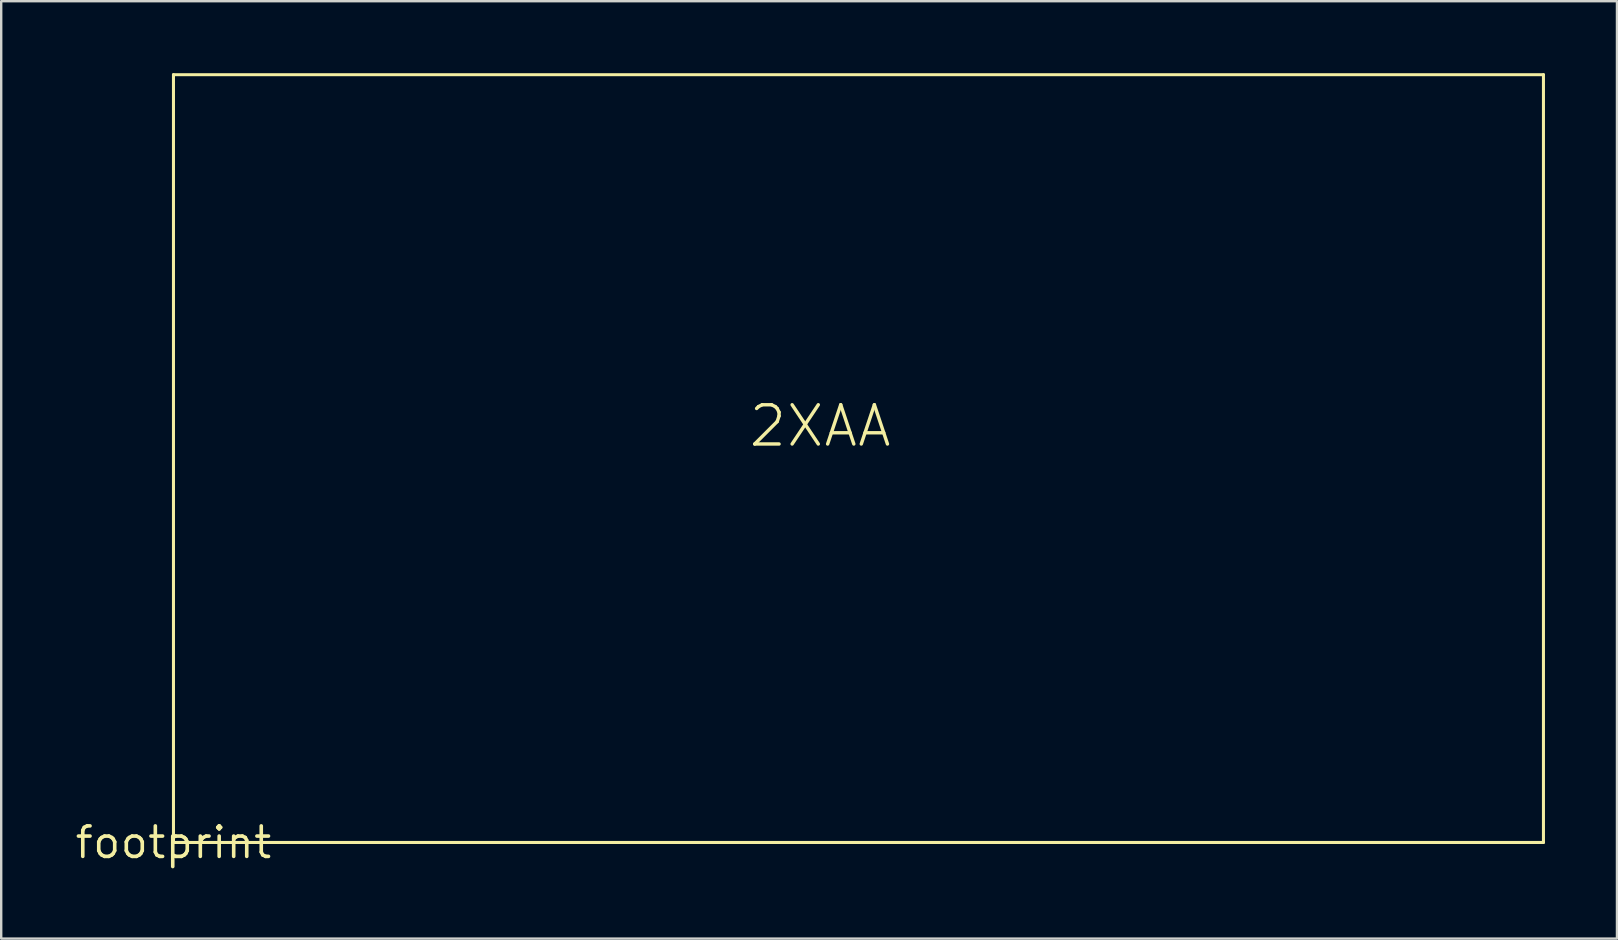
<source format=kicad_pcb>
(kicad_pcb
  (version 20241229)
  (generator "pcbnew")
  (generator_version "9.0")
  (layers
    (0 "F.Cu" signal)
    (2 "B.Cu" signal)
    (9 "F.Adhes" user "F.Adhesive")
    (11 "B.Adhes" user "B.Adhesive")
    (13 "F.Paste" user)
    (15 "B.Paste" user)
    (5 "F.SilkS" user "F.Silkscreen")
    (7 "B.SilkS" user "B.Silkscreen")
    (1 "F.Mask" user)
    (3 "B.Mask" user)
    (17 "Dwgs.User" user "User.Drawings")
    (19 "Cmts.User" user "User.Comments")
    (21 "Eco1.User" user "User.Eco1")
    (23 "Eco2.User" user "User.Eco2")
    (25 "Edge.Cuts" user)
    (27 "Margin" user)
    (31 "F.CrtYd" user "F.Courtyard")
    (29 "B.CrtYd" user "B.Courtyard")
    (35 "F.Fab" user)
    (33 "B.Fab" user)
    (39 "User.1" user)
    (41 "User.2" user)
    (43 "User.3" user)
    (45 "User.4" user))
  (footprint "footprint"
    (layer "F.Cu")
    (at 4.18 32.063)
    (property "Reference" "footprint" (at 0 0 0) (layer "F.SilkS") (effects (font (size 1.27 1.27) (thickness 0.15))))
    (fp_line (start 0 -32) (end 0 0) (stroke (width 0.127) (type solid)) (layer "F.SilkS"))
    (fp_line (start 0 0) (end 57.1 0) (stroke (width 0.127) (type solid)) (layer "F.SilkS"))
    (fp_line (start 57.1 -32) (end 0 -32) (stroke (width 0.127) (type solid)) (layer "F.SilkS"))
    (fp_line (start 57.1 0) (end 57.1 -32) (stroke (width 0.127) (type solid)) (layer "F.SilkS"))
    (fp_text user "2XAA" (at 23.9 -16.4 0) (layer "F.SilkS") (effects (font (size 1.636 1.636) (thickness 0.142)) (justify left bottom))))
  (gr_rect
    (start -3 -3)
    (end 64.344 36.07)
    (stroke (width 0.1) (type default))
    (fill no)
    (layer "Edge.Cuts")))
</source>
